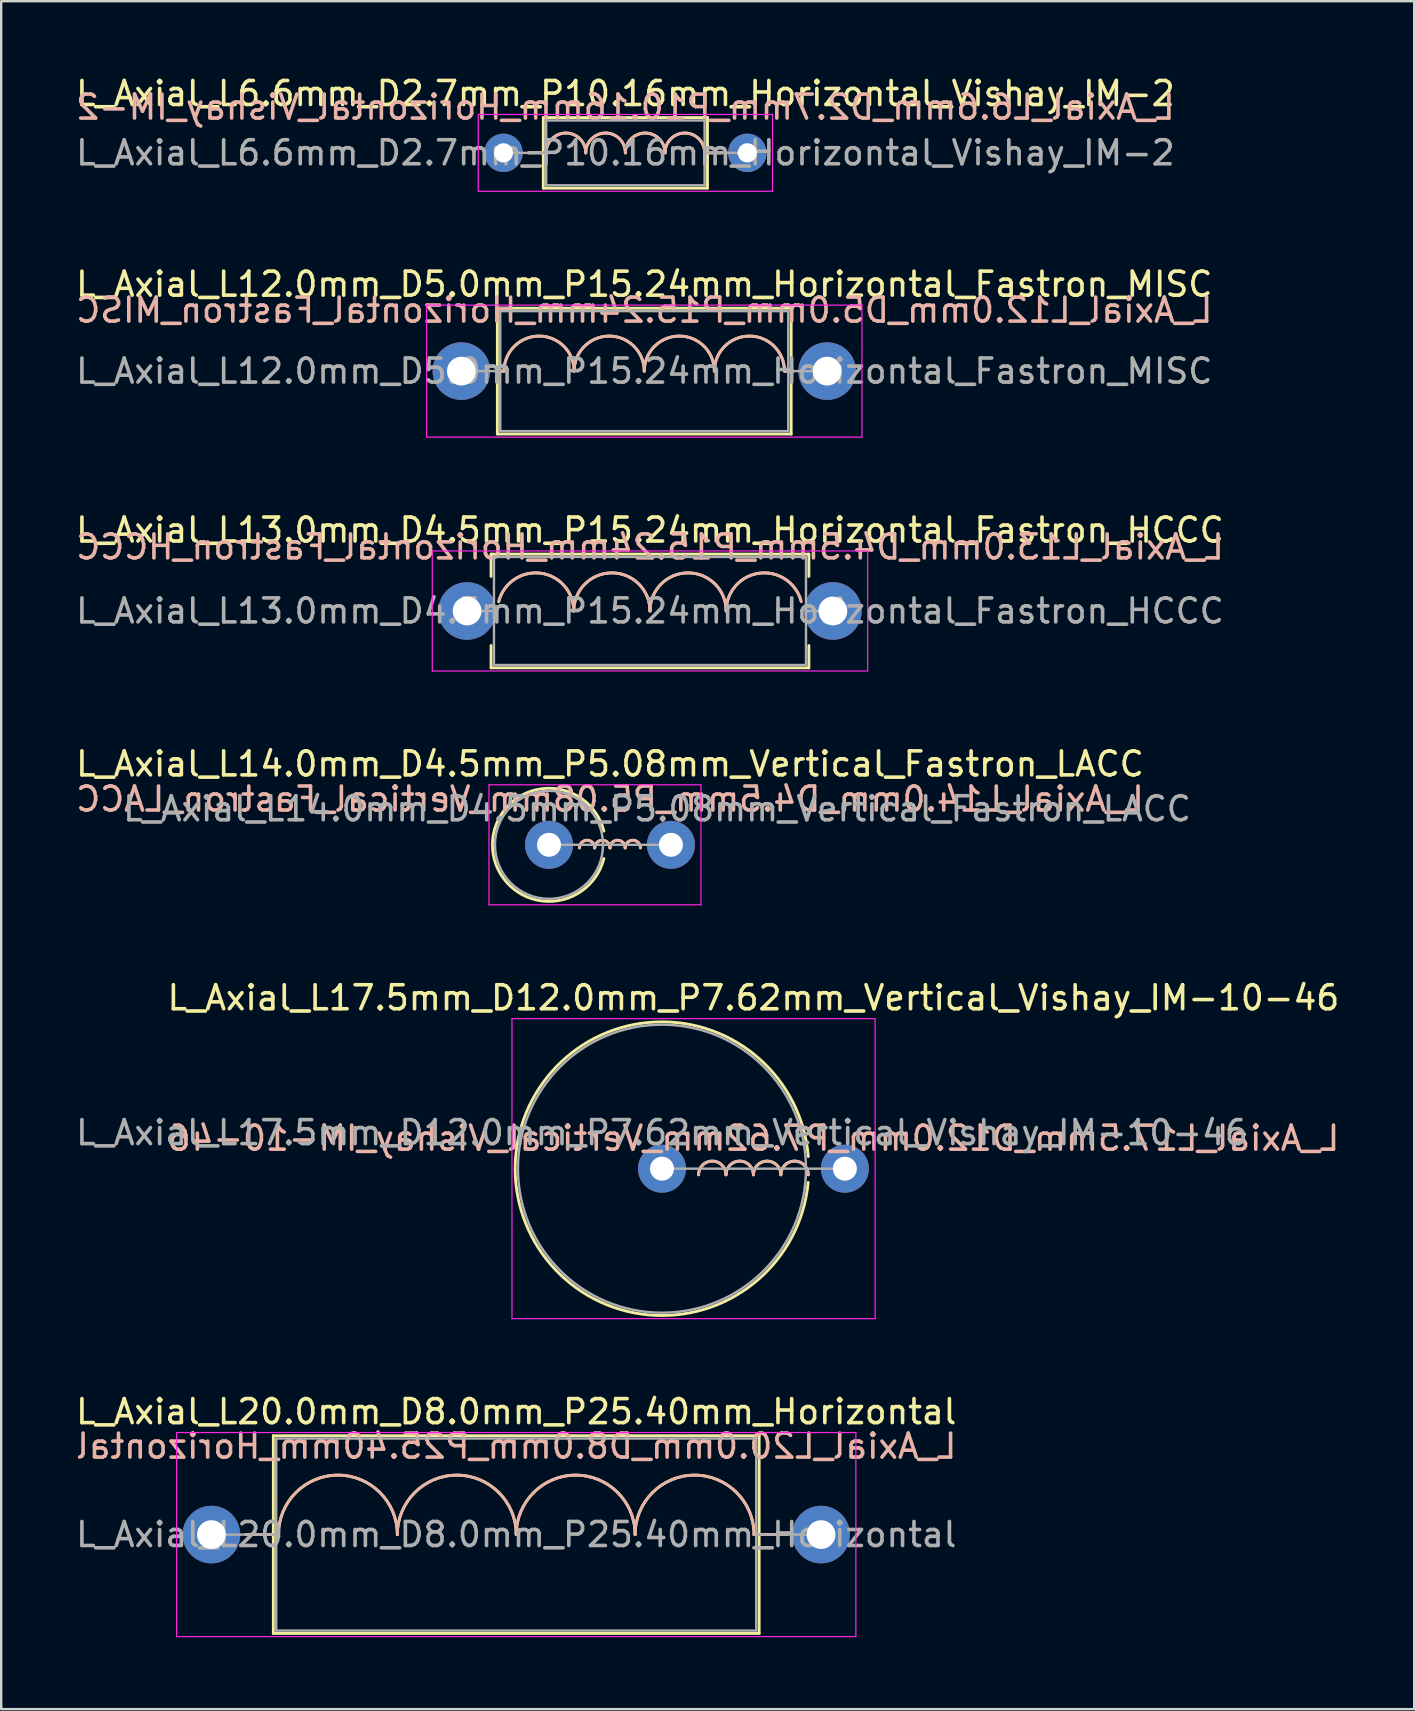
<source format=kicad_pcb>
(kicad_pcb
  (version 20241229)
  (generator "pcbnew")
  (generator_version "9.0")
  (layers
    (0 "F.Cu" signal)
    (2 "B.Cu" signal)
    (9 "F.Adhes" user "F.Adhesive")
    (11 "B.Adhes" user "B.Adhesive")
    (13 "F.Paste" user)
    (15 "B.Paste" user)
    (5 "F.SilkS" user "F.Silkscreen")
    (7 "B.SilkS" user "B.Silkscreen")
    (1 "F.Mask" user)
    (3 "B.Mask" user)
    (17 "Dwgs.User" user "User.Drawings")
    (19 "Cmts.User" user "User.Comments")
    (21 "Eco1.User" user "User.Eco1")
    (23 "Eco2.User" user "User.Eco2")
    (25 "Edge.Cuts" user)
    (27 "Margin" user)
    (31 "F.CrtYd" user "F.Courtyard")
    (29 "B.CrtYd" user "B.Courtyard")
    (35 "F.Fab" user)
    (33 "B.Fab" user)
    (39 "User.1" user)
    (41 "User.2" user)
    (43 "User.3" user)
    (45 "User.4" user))
  (footprint "L_Axial_L6.6mm_D2.7mm_P10.16mm_Horizontal_Vishay_IM-2"
    (layer "F.Cu")
    (at 17.926 3.318)
    (property "Reference" "L_Axial_L6.6mm_D2.7mm_P10.16mm_Horizontal_Vishay_IM-2" (at 5.08 -2.47 0) (layer "F.SilkS") (effects (font (size 1 1) (thickness 0.15))))
    (fp_line (start 1.04 0) (end 1.66 0) (stroke (width 0.12) (type solid)) (layer "F.SilkS"))
    (fp_line (start 1.66 -1.47) (end 1.66 1.47) (stroke (width 0.12) (type solid)) (layer "F.SilkS"))
    (fp_line (start 1.66 1.47) (end 8.5 1.47) (stroke (width 0.12) (type solid)) (layer "F.SilkS"))
    (fp_line (start 1.778 0) (end 1.651 0) (stroke (width 0.12) (type solid)) (layer "F.SilkS"))
    (fp_line (start 8.382 0) (end 8.5 0) (stroke (width 0.12) (type solid)) (layer "F.SilkS"))
    (fp_line (start 8.5 -1.47) (end 1.66 -1.47) (stroke (width 0.12) (type solid)) (layer "F.SilkS"))
    (fp_line (start 8.5 1.47) (end 8.5 -1.47) (stroke (width 0.12) (type solid)) (layer "F.SilkS"))
    (fp_line (start 9.12 0) (end 8.5 0) (stroke (width 0.12) (type solid)) (layer "F.SilkS"))
    (fp_arc (start 1.778 0) (mid 2.6035 -0.8255) (end 3.429 0) (stroke (width 0.12) (type solid)) (layer "F.SilkS"))
    (fp_arc (start 3.429 0) (mid 4.2545 -0.8255) (end 5.08 0) (stroke (width 0.12) (type solid)) (layer "F.SilkS"))
    (fp_arc (start 5.08 0) (mid 5.9055 -0.8255) (end 6.731 0) (stroke (width 0.12) (type solid)) (layer "F.SilkS"))
    (fp_arc (start 6.731 0) (mid 7.5565 -0.8255) (end 8.382 0) (stroke (width 0.12) (type solid)) (layer "F.SilkS"))
    (fp_line (start 1.04 0) (end 1.66 0) (stroke (width 0.12) (type solid)) (layer "B.SilkS"))
    (fp_line (start 1.778 0) (end 1.66 0) (stroke (width 0.12) (type solid)) (layer "B.SilkS"))
    (fp_line (start 8.382 0) (end 8.509 0) (stroke (width 0.12) (type solid)) (layer "B.SilkS"))
    (fp_line (start 9.12 0) (end 8.5 0) (stroke (width 0.12) (type solid)) (layer "B.SilkS"))
    (fp_arc (start 1.778 0) (mid 2.6035 -0.8255) (end 3.429 0) (stroke (width 0.12) (type solid)) (layer "B.SilkS"))
    (fp_arc (start 3.429 0) (mid 4.2545 -0.8255) (end 5.08 0) (stroke (width 0.12) (type solid)) (layer "B.SilkS"))
    (fp_arc (start 5.08 0) (mid 5.9055 -0.8255) (end 6.731 0) (stroke (width 0.12) (type solid)) (layer "B.SilkS"))
    (fp_arc (start 6.731 0) (mid 7.5565 -0.8255) (end 8.382 0) (stroke (width 0.12) (type solid)) (layer "B.SilkS"))
    (fp_line (start -1.05 -1.6) (end -1.05 1.6) (stroke (width 0.05) (type solid)) (layer "F.CrtYd"))
    (fp_line (start -1.05 1.6) (end 11.21 1.6) (stroke (width 0.05) (type solid)) (layer "F.CrtYd"))
    (fp_line (start 11.21 -1.6) (end -1.05 -1.6) (stroke (width 0.05) (type solid)) (layer "F.CrtYd"))
    (fp_line (start 11.21 1.6) (end 11.21 -1.6) (stroke (width 0.05) (type solid)) (layer "F.CrtYd"))
    (fp_line (start 0 0) (end 1.78 0) (stroke (width 0.1) (type solid)) (layer "F.Fab"))
    (fp_line (start 1.78 -1.35) (end 1.78 1.35) (stroke (width 0.1) (type solid)) (layer "F.Fab"))
    (fp_line (start 1.78 1.35) (end 8.38 1.35) (stroke (width 0.1) (type solid)) (layer "F.Fab"))
    (fp_line (start 8.38 -1.35) (end 1.78 -1.35) (stroke (width 0.1) (type solid)) (layer "F.Fab"))
    (fp_line (start 8.38 1.35) (end 8.38 -1.35) (stroke (width 0.1) (type solid)) (layer "F.Fab"))
    (fp_line (start 10.16 0) (end 8.38 0) (stroke (width 0.1) (type solid)) (layer "F.Fab"))
    (fp_text user "${REFERENCE}" (at 5.08 -1.905 0) (layer "B.SilkS") (effects (font (size 1 1) (thickness 0.15)) (justify mirror)))
    (fp_text user "${REFERENCE}" (at 5.08 0 0) (layer "F.Fab") (effects (font (size 1 1) (thickness 0.15))))
    (pad "1" thru_hole circle (at 0 0) (size 1.6 1.6) (drill 0.8) (layers "*.Cu" "*.Mask"))
    (pad "2" thru_hole oval (at 10.16 0) (size 1.6 1.6) (drill 0.8) (layers "*.Cu" "*.Mask")))
  (footprint "L_Axial_L14.0mm_D4.5mm_P5.08mm_Vertical_Fastron_LACC"
    (layer "F.Cu")
    (at 19.823 32.148)
    (property "Reference" "L_Axial_L14.0mm_D4.5mm_P5.08mm_Vertical_Fastron_LACC" (at 2.54 -3.37 0) (layer "F.SilkS") (effects (font (size 1 1) (thickness 0.15))))
    (fp_arc (start 1.27 0.127) (mid 1.5875 -0.1905) (end 1.905 0.127) (stroke (width 0.12) (type solid)) (layer "F.SilkS"))
    (fp_arc (start 1.905 0.127) (mid 2.2225 -0.1905) (end 2.54 0.127) (stroke (width 0.12) (type solid)) (layer "F.SilkS"))
    (fp_arc (start 2.286 0.5715) (mid -2.356355 0) (end 2.286 -0.5715) (stroke (width 0.12) (type solid)) (layer "F.SilkS"))
    (fp_arc (start 2.54 0.127) (mid 2.8575 -0.1905) (end 3.175 0.127) (stroke (width 0.12) (type solid)) (layer "F.SilkS"))
    (fp_arc (start 3.175 0.127) (mid 3.4925 -0.1905) (end 3.81 0.127) (stroke (width 0.12) (type solid)) (layer "F.SilkS"))
    (fp_arc (start 1.27 0.127) (mid 1.5875 -0.1905) (end 1.905 0.127) (stroke (width 0.12) (type solid)) (layer "B.SilkS"))
    (fp_arc (start 1.905 0.127) (mid 2.2225 -0.1905) (end 2.54 0.127) (stroke (width 0.12) (type solid)) (layer "B.SilkS"))
    (fp_arc (start 2.54 0.127) (mid 2.8575 -0.1905) (end 3.175 0.127) (stroke (width 0.12) (type solid)) (layer "B.SilkS"))
    (fp_arc (start 3.175 0.127) (mid 3.4925 -0.1905) (end 3.81 0.127) (stroke (width 0.12) (type solid)) (layer "B.SilkS"))
    (fp_line (start -2.5 -2.5) (end -2.5 2.5) (stroke (width 0.05) (type solid)) (layer "F.CrtYd"))
    (fp_line (start -2.5 2.5) (end 6.33 2.5) (stroke (width 0.05) (type solid)) (layer "F.CrtYd"))
    (fp_line (start 6.33 -2.5) (end -2.5 -2.5) (stroke (width 0.05) (type solid)) (layer "F.CrtYd"))
    (fp_line (start 6.33 2.5) (end 6.33 -2.5) (stroke (width 0.05) (type solid)) (layer "F.CrtYd"))
    (fp_line (start 0 0) (end 5.08 0) (stroke (width 0.1) (type solid)) (layer "F.Fab"))
    (fp_circle (center 0 0) (end 2.25 0) (stroke (width 0.1) (type solid)) (fill no) (layer "F.Fab"))
    (fp_text user "${REFERENCE}" (at 2.54 -1.905 0) (layer "B.SilkS") (effects (font (size 1 1) (thickness 0.15)) (justify mirror)))
    (fp_text user "${REFERENCE}" (at 4.5 -1.5 0) (layer "F.Fab") (effects (font (size 1 1) (thickness 0.15))))
    (pad "1" thru_hole circle (at 0 0) (size 2 2) (drill 1) (layers "*.Cu" "*.Mask"))
    (pad "2" thru_hole oval (at 5.08 0) (size 2 2) (drill 1) (layers "*.Cu" "*.Mask")))
  (footprint "L_Axial_L17.5mm_D12.0mm_P7.62mm_Vertical_Vishay_IM-10-46"
    (layer "F.Cu")
    (at 24.53 45.641)
    (property "Reference" "L_Axial_L17.5mm_D12.0mm_P7.62mm_Vertical_Vishay_IM-10-46" (at 3.81 -7.12 0) (layer "F.SilkS") (effects (font (size 1 1) (thickness 0.15))))
    (fp_arc (start 1.524 0.254) (mid 2.0955 -0.3175) (end 2.667 0.254) (stroke (width 0.12) (type solid)) (layer "F.SilkS"))
    (fp_arc (start 2.667 0.254) (mid 3.2385 -0.3175) (end 3.81 0.254) (stroke (width 0.12) (type solid)) (layer "F.SilkS"))
    (fp_arc (start 3.81 0.254) (mid 4.3815 -0.3175) (end 4.953 0.254) (stroke (width 0.12) (type solid)) (layer "F.SilkS"))
    (fp_arc (start 4.953 0.254) (mid 5.5245 -0.3175) (end 6.096 0.254) (stroke (width 0.12) (type solid)) (layer "F.SilkS"))
    (fp_arc (start 6.090424 0.570977) (mid -6.117048 -0.031612) (end 6.096 -0.508) (stroke (width 0.12) (type solid)) (layer "F.SilkS"))
    (fp_arc (start 1.524 0.254) (mid 2.0955 -0.3175) (end 2.667 0.254) (stroke (width 0.12) (type solid)) (layer "B.SilkS"))
    (fp_arc (start 2.667 0.254) (mid 3.2385 -0.3175) (end 3.81 0.254) (stroke (width 0.12) (type solid)) (layer "B.SilkS"))
    (fp_arc (start 3.81 0.254) (mid 4.3815 -0.3175) (end 4.953 0.254) (stroke (width 0.12) (type solid)) (layer "B.SilkS"))
    (fp_arc (start 4.953 0.254) (mid 5.5245 -0.3175) (end 6.096 0.254) (stroke (width 0.12) (type solid)) (layer "B.SilkS"))
    (fp_line (start -6.25 -6.25) (end -6.25 6.25) (stroke (width 0.05) (type solid)) (layer "F.CrtYd"))
    (fp_line (start -6.25 6.25) (end 8.88 6.25) (stroke (width 0.05) (type solid)) (layer "F.CrtYd"))
    (fp_line (start 8.88 -6.25) (end -6.25 -6.25) (stroke (width 0.05) (type solid)) (layer "F.CrtYd"))
    (fp_line (start 8.88 6.25) (end 8.88 -6.25) (stroke (width 0.05) (type solid)) (layer "F.CrtYd"))
    (fp_line (start 0 0) (end 7.62 0) (stroke (width 0.1) (type solid)) (layer "F.Fab"))
    (fp_circle (center 0 0) (end 6 0) (stroke (width 0.1) (type solid)) (fill no) (layer "F.Fab"))
    (fp_text user "${REFERENCE}" (at 3.81 -1.27 0) (layer "B.SilkS") (effects (font (size 1 1) (thickness 0.15)) (justify mirror)))
    (fp_text user "${REFERENCE}" (at 0 -1.5 0) (layer "F.Fab") (effects (font (size 1 1) (thickness 0.15))))
    (pad "1" thru_hole circle (at 0 0) (size 2 2) (drill 1) (layers "*.Cu" "*.Mask"))
    (pad "2" thru_hole oval (at 7.62 0) (size 2 2) (drill 1) (layers "*.Cu" "*.Mask")))
  (footprint "L_Axial_L12.0mm_D5.0mm_P15.24mm_Horizontal_Fastron_MISC"
    (layer "F.Cu")
    (at 16.172 12.412)
    (property "Reference" "L_Axial_L12.0mm_D5.0mm_P15.24mm_Horizontal_Fastron_MISC" (at 7.62 -3.62 0) (layer "F.SilkS") (effects (font (size 1 1) (thickness 0.15))))
    (fp_line (start 1.44 0) (end 1.5 0) (stroke (width 0.12) (type solid)) (layer "F.SilkS"))
    (fp_line (start 1.5 -2.62) (end 1.5 2.62) (stroke (width 0.12) (type solid)) (layer "F.SilkS"))
    (fp_line (start 1.5 2.62) (end 13.74 2.62) (stroke (width 0.12) (type solid)) (layer "F.SilkS"))
    (fp_line (start 1.746 0) (end 1.46 0) (stroke (width 0.12) (type solid)) (layer "F.SilkS"))
    (fp_line (start 13.462 0) (end 13.78 0) (stroke (width 0.12) (type solid)) (layer "F.SilkS"))
    (fp_line (start 13.74 -2.62) (end 1.5 -2.62) (stroke (width 0.12) (type solid)) (layer "F.SilkS"))
    (fp_line (start 13.74 2.62) (end 13.74 -2.62) (stroke (width 0.12) (type solid)) (layer "F.SilkS"))
    (fp_line (start 13.8 0) (end 13.74 0) (stroke (width 0.12) (type solid)) (layer "F.SilkS"))
    (fp_arc (start 1.778 0) (mid 3.2385 -1.4605) (end 4.699 0) (stroke (width 0.12) (type solid)) (layer "F.SilkS"))
    (fp_arc (start 4.699 0) (mid 6.1595 -1.4605) (end 7.62 0) (stroke (width 0.12) (type solid)) (layer "F.SilkS"))
    (fp_arc (start 7.62 0) (mid 9.0805 -1.4605) (end 10.541 0) (stroke (width 0.12) (type solid)) (layer "F.SilkS"))
    (fp_arc (start 10.541 0) (mid 12.0015 -1.4605) (end 13.462 0) (stroke (width 0.12) (type solid)) (layer "F.SilkS"))
    (fp_line (start 1.44 0) (end 1.5 0) (stroke (width 0.12) (type solid)) (layer "B.SilkS"))
    (fp_line (start 1.778 0) (end 1.46 0) (stroke (width 0.12) (type solid)) (layer "B.SilkS"))
    (fp_line (start 13.493 0) (end 13.78 0) (stroke (width 0.12) (type solid)) (layer "B.SilkS"))
    (fp_line (start 13.8 0) (end 13.74 0) (stroke (width 0.12) (type solid)) (layer "B.SilkS"))
    (fp_arc (start 1.778 0) (mid 3.2385 -1.4605) (end 4.699 0) (stroke (width 0.12) (type solid)) (layer "B.SilkS"))
    (fp_arc (start 4.699 0) (mid 6.1595 -1.4605) (end 7.62 0) (stroke (width 0.12) (type solid)) (layer "B.SilkS"))
    (fp_arc (start 7.62 0) (mid 9.0805 -1.4605) (end 10.541 0) (stroke (width 0.12) (type solid)) (layer "B.SilkS"))
    (fp_arc (start 10.541 0) (mid 12.0015 -1.4605) (end 13.462 0) (stroke (width 0.12) (type solid)) (layer "B.SilkS"))
    (fp_line (start -1.45 -2.75) (end -1.45 2.75) (stroke (width 0.05) (type solid)) (layer "F.CrtYd"))
    (fp_line (start -1.45 2.75) (end 16.69 2.75) (stroke (width 0.05) (type solid)) (layer "F.CrtYd"))
    (fp_line (start 16.69 -2.75) (end -1.45 -2.75) (stroke (width 0.05) (type solid)) (layer "F.CrtYd"))
    (fp_line (start 16.69 2.75) (end 16.69 -2.75) (stroke (width 0.05) (type solid)) (layer "F.CrtYd"))
    (fp_line (start 0 0) (end 1.62 0) (stroke (width 0.1) (type solid)) (layer "F.Fab"))
    (fp_line (start 1.62 -2.5) (end 1.62 2.5) (stroke (width 0.1) (type solid)) (layer "F.Fab"))
    (fp_line (start 1.62 2.5) (end 13.62 2.5) (stroke (width 0.1) (type solid)) (layer "F.Fab"))
    (fp_line (start 13.62 -2.5) (end 1.62 -2.5) (stroke (width 0.1) (type solid)) (layer "F.Fab"))
    (fp_line (start 13.62 2.5) (end 13.62 -2.5) (stroke (width 0.1) (type solid)) (layer "F.Fab"))
    (fp_line (start 15.24 0) (end 13.62 0) (stroke (width 0.1) (type solid)) (layer "F.Fab"))
    (fp_text user "${REFERENCE}" (at 7.62 -2.54 0) (layer "B.SilkS") (effects (font (size 1 1) (thickness 0.15)) (justify mirror)))
    (fp_text user "${REFERENCE}" (at 7.62 0 0) (layer "F.Fab") (effects (font (size 1 1) (thickness 0.15))))
    (pad "1" thru_hole circle (at 0 0) (size 2.4 2.4) (drill 1.2) (layers "*.Cu" "*.Mask"))
    (pad "2" thru_hole oval (at 15.24 0) (size 2.4 2.4) (drill 1.2) (layers "*.Cu" "*.Mask")))
  (footprint "L_Axial_L13.0mm_D4.5mm_P15.24mm_Horizontal_Fastron_HCCC"
    (layer "F.Cu")
    (at 16.41 22.405)
    (property "Reference" "L_Axial_L13.0mm_D4.5mm_P15.24mm_Horizontal_Fastron_HCCC" (at 7.62 -3.37 0) (layer "F.SilkS") (effects (font (size 1 1) (thickness 0.15))))
    (fp_line (start 1 -2.37) (end 14.24 -2.37) (stroke (width 0.12) (type solid)) (layer "F.SilkS"))
    (fp_line (start 1 -1.44) (end 1 -2.37) (stroke (width 0.12) (type solid)) (layer "F.SilkS"))
    (fp_line (start 1 1.44) (end 1 2.37) (stroke (width 0.12) (type solid)) (layer "F.SilkS"))
    (fp_line (start 1 2.37) (end 14.24 2.37) (stroke (width 0.12) (type solid)) (layer "F.SilkS"))
    (fp_line (start 14.24 -2.37) (end 14.24 -1.44) (stroke (width 0.12) (type solid)) (layer "F.SilkS"))
    (fp_line (start 14.24 2.37) (end 14.24 1.44) (stroke (width 0.12) (type solid)) (layer "F.SilkS"))
    (fp_arc (start 1.317399 -0.385025) (mid 3.051466 -1.575605) (end 4.445 0) (stroke (width 0.12) (type solid)) (layer "F.SilkS"))
    (fp_arc (start 4.445 0) (mid 6.0325 -1.5875) (end 7.62 0) (stroke (width 0.12) (type solid)) (layer "F.SilkS"))
    (fp_arc (start 7.62 0) (mid 9.2075 -1.5875) (end 10.795 0) (stroke (width 0.12) (type solid)) (layer "F.SilkS"))
    (fp_arc (start 10.795 0) (mid 12.157994 -1.571545) (end 13.9065 -0.4445) (stroke (width 0.12) (type solid)) (layer "F.SilkS"))
    (fp_arc (start 1.3335 -0.4445) (mid 3.082006 -1.571545) (end 4.445 0) (stroke (width 0.12) (type solid)) (layer "B.SilkS"))
    (fp_arc (start 4.445 0) (mid 6.0325 -1.5875) (end 7.62 0) (stroke (width 0.12) (type solid)) (layer "B.SilkS"))
    (fp_arc (start 7.62 0) (mid 9.2075 -1.5875) (end 10.795 0) (stroke (width 0.12) (type solid)) (layer "B.SilkS"))
    (fp_arc (start 10.795 0) (mid 12.188534 -1.575606) (end 13.922601 -0.385025) (stroke (width 0.12) (type solid)) (layer "B.SilkS"))
    (fp_line (start -1.45 -2.5) (end -1.45 2.5) (stroke (width 0.05) (type solid)) (layer "F.CrtYd"))
    (fp_line (start -1.45 2.5) (end 16.69 2.5) (stroke (width 0.05) (type solid)) (layer "F.CrtYd"))
    (fp_line (start 16.69 -2.5) (end -1.45 -2.5) (stroke (width 0.05) (type solid)) (layer "F.CrtYd"))
    (fp_line (start 16.69 2.5) (end 16.69 -2.5) (stroke (width 0.05) (type solid)) (layer "F.CrtYd"))
    (fp_line (start 0 0) (end 1.12 0) (stroke (width 0.1) (type solid)) (layer "F.Fab"))
    (fp_line (start 1.12 -2.25) (end 1.12 2.25) (stroke (width 0.1) (type solid)) (layer "F.Fab"))
    (fp_line (start 1.12 2.25) (end 14.12 2.25) (stroke (width 0.1) (type solid)) (layer "F.Fab"))
    (fp_line (start 14.12 -2.25) (end 1.12 -2.25) (stroke (width 0.1) (type solid)) (layer "F.Fab"))
    (fp_line (start 14.12 2.25) (end 14.12 -2.25) (stroke (width 0.1) (type solid)) (layer "F.Fab"))
    (fp_line (start 15.24 0) (end 14.12 0) (stroke (width 0.1) (type solid)) (layer "F.Fab"))
    (fp_text user "${REFERENCE}" (at 7.62 -2.667 0) (layer "B.SilkS") (effects (font (size 1 1) (thickness 0.15)) (justify mirror)))
    (fp_text user "${REFERENCE}" (at 7.62 0 0) (layer "F.Fab") (effects (font (size 1 1) (thickness 0.15))))
    (pad "1" thru_hole circle (at 0 0) (size 2.4 2.4) (drill 1.2) (layers "*.Cu" "*.Mask"))
    (pad "2" thru_hole oval (at 15.24 0) (size 2.4 2.4) (drill 1.2) (layers "*.Cu" "*.Mask")))
  (footprint "L_Axial_L20.0mm_D8.0mm_P25.40mm_Horizontal"
    (layer "F.Cu")
    (at 5.758 60.885)
    (property "Reference" "L_Axial_L20.0mm_D8.0mm_P25.40mm_Horizontal" (at 12.7 -5.12 0) (layer "F.SilkS") (effects (font (size 1 1) (thickness 0.15))))
    (fp_line (start 1.44 0) (end 2.58 0) (stroke (width 0.12) (type solid)) (layer "F.SilkS"))
    (fp_line (start 2.58 -4.12) (end 2.58 4.12) (stroke (width 0.12) (type solid)) (layer "F.SilkS"))
    (fp_line (start 2.58 4.12) (end 22.82 4.12) (stroke (width 0.12) (type solid)) (layer "F.SilkS"))
    (fp_line (start 2.794 0) (end 2.54 0) (stroke (width 0.12) (type solid)) (layer "F.SilkS"))
    (fp_line (start 22.606 0) (end 22.82 0) (stroke (width 0.12) (type solid)) (layer "F.SilkS"))
    (fp_line (start 22.82 -4.12) (end 2.58 -4.12) (stroke (width 0.12) (type solid)) (layer "F.SilkS"))
    (fp_line (start 22.82 4.12) (end 22.82 -4.12) (stroke (width 0.12) (type solid)) (layer "F.SilkS"))
    (fp_line (start 23.96 0) (end 22.82 0) (stroke (width 0.12) (type solid)) (layer "F.SilkS"))
    (fp_arc (start 2.794 0) (mid 5.2705 -2.4765) (end 7.747 0) (stroke (width 0.12) (type solid)) (layer "F.SilkS"))
    (fp_arc (start 7.747 0) (mid 10.2235 -2.4765) (end 12.7 0) (stroke (width 0.12) (type solid)) (layer "F.SilkS"))
    (fp_arc (start 12.7 0) (mid 15.1765 -2.4765) (end 17.653 0) (stroke (width 0.12) (type solid)) (layer "F.SilkS"))
    (fp_arc (start 17.653 0) (mid 20.1295 -2.4765) (end 22.606 0) (stroke (width 0.12) (type solid)) (layer "F.SilkS"))
    (fp_line (start 1.44 0) (end 2.58 0) (stroke (width 0.12) (type solid)) (layer "B.SilkS"))
    (fp_line (start 2.794 0) (end 2.58 0) (stroke (width 0.12) (type solid)) (layer "B.SilkS"))
    (fp_line (start 22.606 0) (end 22.86 0) (stroke (width 0.12) (type solid)) (layer "B.SilkS"))
    (fp_line (start 23.96 0) (end 22.82 0) (stroke (width 0.12) (type solid)) (layer "B.SilkS"))
    (fp_arc (start 2.794 0) (mid 5.2705 -2.4765) (end 7.747 0) (stroke (width 0.12) (type solid)) (layer "B.SilkS"))
    (fp_arc (start 7.747 0) (mid 10.2235 -2.4765) (end 12.7 0) (stroke (width 0.12) (type solid)) (layer "B.SilkS"))
    (fp_arc (start 12.7 0) (mid 15.1765 -2.4765) (end 17.653 0) (stroke (width 0.12) (type solid)) (layer "B.SilkS"))
    (fp_arc (start 17.653 0) (mid 20.1295 -2.4765) (end 22.606 0) (stroke (width 0.12) (type solid)) (layer "B.SilkS"))
    (fp_line (start -1.45 -4.25) (end -1.45 4.25) (stroke (width 0.05) (type solid)) (layer "F.CrtYd"))
    (fp_line (start -1.45 4.25) (end 26.85 4.25) (stroke (width 0.05) (type solid)) (layer "F.CrtYd"))
    (fp_line (start 26.85 -4.25) (end -1.45 -4.25) (stroke (width 0.05) (type solid)) (layer "F.CrtYd"))
    (fp_line (start 26.85 4.25) (end 26.85 -4.25) (stroke (width 0.05) (type solid)) (layer "F.CrtYd"))
    (fp_line (start 0 0) (end 2.7 0) (stroke (width 0.1) (type solid)) (layer "F.Fab"))
    (fp_line (start 2.7 -4) (end 2.7 4) (stroke (width 0.1) (type solid)) (layer "F.Fab"))
    (fp_line (start 2.7 4) (end 22.7 4) (stroke (width 0.1) (type solid)) (layer "F.Fab"))
    (fp_line (start 22.7 -4) (end 2.7 -4) (stroke (width 0.1) (type solid)) (layer "F.Fab"))
    (fp_line (start 22.7 4) (end 22.7 -4) (stroke (width 0.1) (type solid)) (layer "F.Fab"))
    (fp_line (start 25.4 0) (end 22.7 0) (stroke (width 0.1) (type solid)) (layer "F.Fab"))
    (fp_text user "${REFERENCE}" (at 12.7 -3.683 0) (layer "B.SilkS") (effects (font (size 1 1) (thickness 0.15)) (justify mirror)))
    (fp_text user "${REFERENCE}" (at 12.7 0 0) (layer "F.Fab") (effects (font (size 1 1) (thickness 0.15))))
    (pad "1" thru_hole circle (at 0 0) (size 2.4 2.4) (drill 1.2) (layers "*.Cu" "*.Mask"))
    (pad "2" thru_hole oval (at 25.4 0) (size 2.4 2.4) (drill 1.2) (layers "*.Cu" "*.Mask")))
  (gr_rect
    (start -3 -3)
    (end 55.87 68.159)
    (stroke (width 0.1) (type default))
    (fill no)
    (layer "Edge.Cuts")))
</source>
